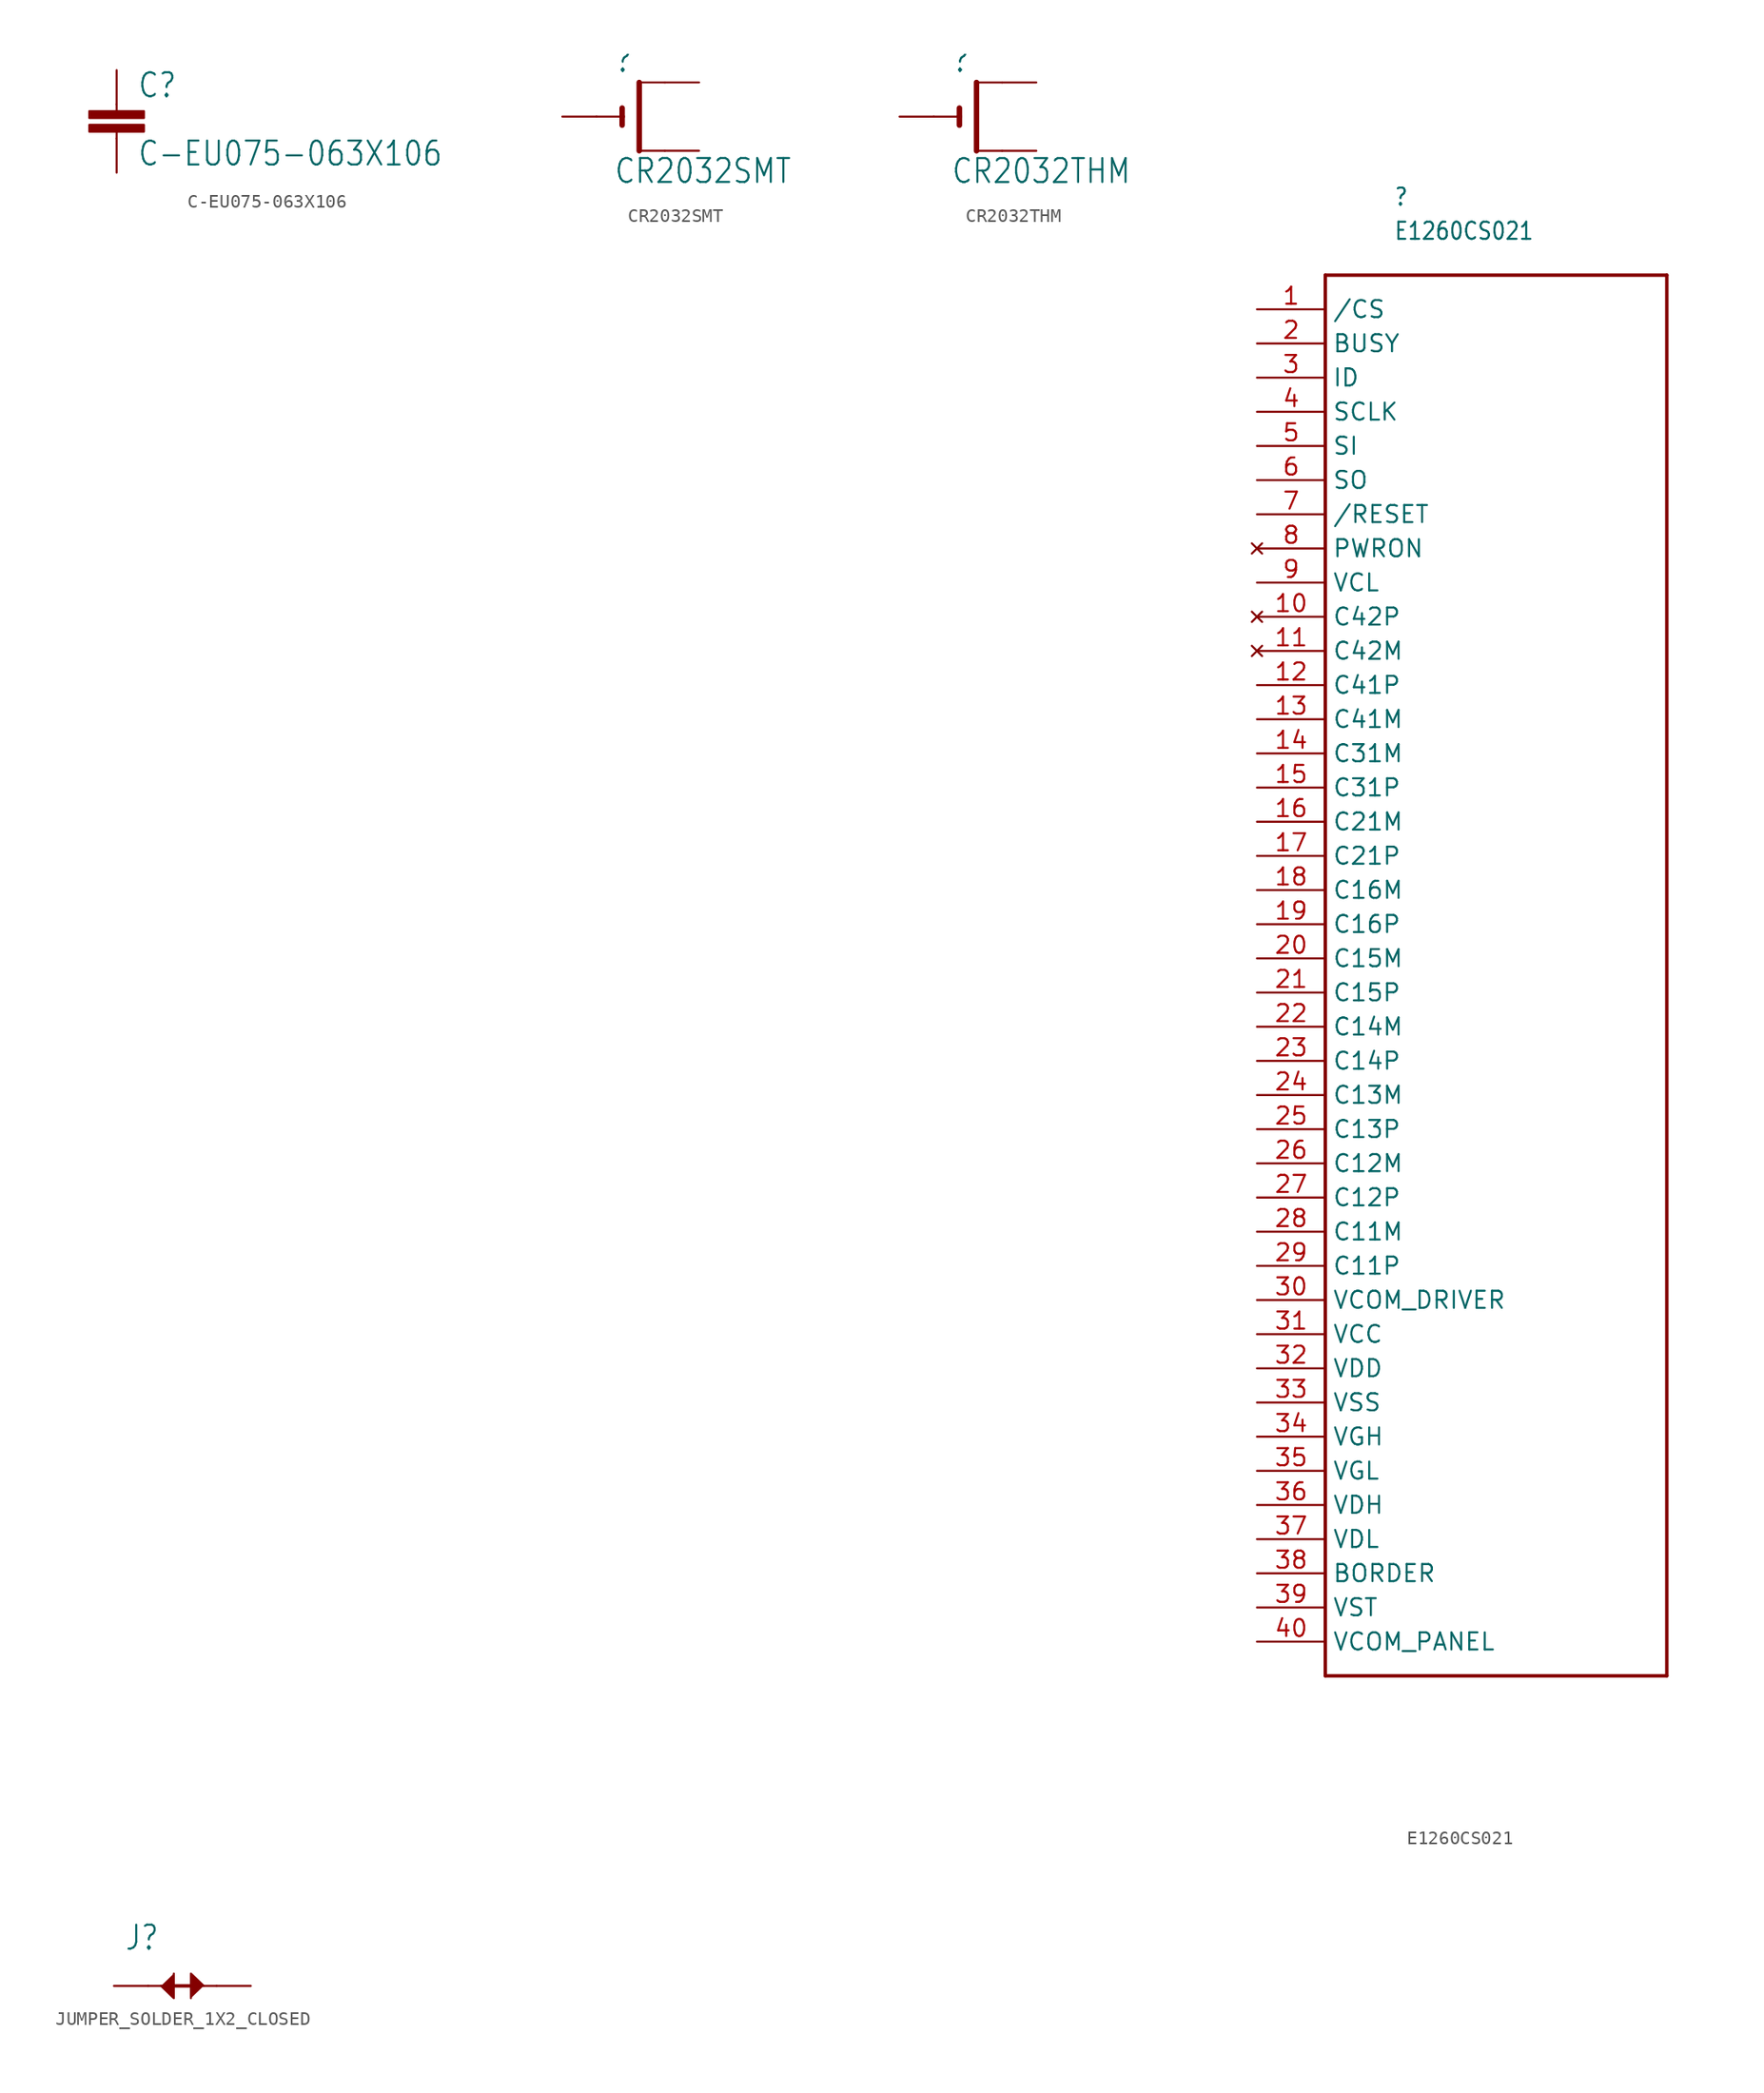
<source format=kicad_sym>
(kicad_symbol_lib
  (version 20211014)
  (generator kicad_symbol_editor)
  (symbol "C-EU075-063X106"
    (property "Reference" "C"
      (at 1.524 0.381 0)
      (effects (font (size 1.778 1.511)) (justify left bottom)))
    (property "Value" "C-EU075-063X106"
      (at 1.524 -4.699 0)
      (effects (font (size 1.778 1.511)) (justify left bottom)))
    (property "ki_locked" ""
      (at 0 0 0)
      (effects (font (size 1.27 1.27))))
    (symbol "C-EU075-063X106_1_0"
      (rectangle (start -2.032 -2.032) (end 2.032 -1.524) (stroke (width 0) (type default) (color 0 0 0 0)) (fill (type outline)))
      (rectangle (start -2.032 -1.016) (end 2.032 -0.508) (stroke (width 0) (type default) (color 0 0 0 0)) (fill (type outline)))
      (polyline (pts (xy 0 -2.54) (xy 0 -2.032)) (stroke (width 0.152) (type default) (color 0 0 0 0)) (fill (type none)))
      (polyline (pts (xy 0 0) (xy 0 -0.508)) (stroke (width 0.152) (type default) (color 0 0 0 0)) (fill (type none)))
      (pin passive line (at 0 2.54 270) (length 2.54) (name "1" (effects (font (size 0 0)))) (number "1" (effects (font (size 0 0)))))
      (pin passive line (at 0 -5.08 90) (length 2.54) (name "2" (effects (font (size 0 0)))) (number "2" (effects (font (size 0 0)))))))
  (symbol "CR2032SMT"
    (property "Reference" ""
      (at -1.27 3.175 0)
      (effects (font (size 1.778 1.511)) (justify left bottom)))
    (property "Value" "CR2032SMT"
      (at -1.27 -5.08 0)
      (effects (font (size 1.778 1.511)) (justify left bottom)))
    (property "ki_locked" ""
      (at 0 0 0)
      (effects (font (size 1.27 1.27))))
    (symbol "CR2032SMT_1_0"
      (polyline (pts (xy -2.54 0) (xy -0.635 0)) (stroke (width 0.152) (type default) (color 0 0 0 0)) (fill (type none)))
      (polyline (pts (xy -0.635 0) (xy -0.635 -0.635)) (stroke (width 0.406) (type default) (color 0 0 0 0)) (fill (type none)))
      (polyline (pts (xy -0.635 0.635) (xy -0.635 0)) (stroke (width 0.406) (type default) (color 0 0 0 0)) (fill (type none)))
      (polyline (pts (xy 0.635 -2.54) (xy 2.54 -2.54)) (stroke (width 0.152) (type default) (color 0 0 0 0)) (fill (type none)))
      (polyline (pts (xy 0.635 2.54) (xy 0.635 -2.54)) (stroke (width 0.406) (type default) (color 0 0 0 0)) (fill (type none)))
      (polyline (pts (xy 0.635 2.54) (xy 2.54 2.54)) (stroke (width 0.152) (type default) (color 0 0 0 0)) (fill (type none)))
      (pin passive line (at 5.08 2.54 180) (length 2.54) (name "+" (effects (font (size 0 0)))) (number "+$1" (effects (font (size 0 0)))))
      (pin passive line (at 5.08 -2.54 180) (length 2.54) (name "+1" (effects (font (size 0 0)))) (number "+$2" (effects (font (size 0 0)))))
      (pin passive line (at -5.08 0 0) (length 2.54) (name "-" (effects (font (size 0 0)))) (number "-" (effects (font (size 0 0)))))))
  (symbol "CR2032THM"
    (property "Reference" ""
      (at -1.27 3.175 0)
      (effects (font (size 1.778 1.511)) (justify left bottom)))
    (property "Value" "CR2032THM"
      (at -1.27 -5.08 0)
      (effects (font (size 1.778 1.511)) (justify left bottom)))
    (property "ki_locked" ""
      (at 0 0 0)
      (effects (font (size 1.27 1.27))))
    (symbol "CR2032THM_1_0"
      (polyline (pts (xy -2.54 0) (xy -0.635 0)) (stroke (width 0.152) (type default) (color 0 0 0 0)) (fill (type none)))
      (polyline (pts (xy -0.635 0) (xy -0.635 -0.635)) (stroke (width 0.406) (type default) (color 0 0 0 0)) (fill (type none)))
      (polyline (pts (xy -0.635 0.635) (xy -0.635 0)) (stroke (width 0.406) (type default) (color 0 0 0 0)) (fill (type none)))
      (polyline (pts (xy 0.635 -2.54) (xy 2.54 -2.54)) (stroke (width 0.152) (type default) (color 0 0 0 0)) (fill (type none)))
      (polyline (pts (xy 0.635 2.54) (xy 0.635 -2.54)) (stroke (width 0.406) (type default) (color 0 0 0 0)) (fill (type none)))
      (polyline (pts (xy 0.635 2.54) (xy 2.54 2.54)) (stroke (width 0.152) (type default) (color 0 0 0 0)) (fill (type none)))
      (pin passive line (at 5.08 2.54 180) (length 2.54) (name "+" (effects (font (size 0 0)))) (number "+1" (effects (font (size 0 0)))))
      (pin passive line (at 5.08 -2.54 180) (length 2.54) (name "+1" (effects (font (size 0 0)))) (number "+2" (effects (font (size 0 0)))))
      (pin passive line (at -5.08 0 0) (length 2.54) (name "-" (effects (font (size 0 0)))) (number "-" (effects (font (size 0 0)))))))
  (symbol "E1260CS021"
    (property "Reference" ""
      (at -7.62 58.42 0)
      (effects (font (size 1.27 1.079)) (justify left bottom)))
    (property "Value" "E1260CS021"
      (at -7.62 55.88 0)
      (effects (font (size 1.27 1.079)) (justify left bottom)))
    (property "ki_locked" ""
      (at 0 0 0)
      (effects (font (size 1.27 1.27))))
    (symbol "E1260CS021_1_0"
      (polyline (pts (xy -12.7 -50.8) (xy 12.7 -50.8)) (stroke (width 0.254) (type default) (color 0 0 0 0)) (fill (type none)))
      (polyline (pts (xy -12.7 53.34) (xy -12.7 -50.8)) (stroke (width 0.254) (type default) (color 0 0 0 0)) (fill (type none)))
      (polyline (pts (xy 12.7 -50.8) (xy 12.7 53.34)) (stroke (width 0.254) (type default) (color 0 0 0 0)) (fill (type none)))
      (polyline (pts (xy 12.7 53.34) (xy -12.7 53.34)) (stroke (width 0.254) (type default) (color 0 0 0 0)) (fill (type none)))
      (pin input line (at -17.78 50.8 0) (length 5.08) (name "/CS" (effects (font (size 1.27 1.27)))) (number "1" (effects (font (size 1.27 1.27)))))
      (pin no_connect line (at -17.78 27.94 0) (length 5.08) (name "C42P" (effects (font (size 1.27 1.27)))) (number "10" (effects (font (size 1.27 1.27)))))
      (pin no_connect line (at -17.78 25.4 0) (length 5.08) (name "C42M" (effects (font (size 1.27 1.27)))) (number "11" (effects (font (size 1.27 1.27)))))
      (pin passive line (at -17.78 22.86 0) (length 5.08) (name "C41P" (effects (font (size 1.27 1.27)))) (number "12" (effects (font (size 1.27 1.27)))))
      (pin passive line (at -17.78 20.32 0) (length 5.08) (name "C41M" (effects (font (size 1.27 1.27)))) (number "13" (effects (font (size 1.27 1.27)))))
      (pin passive line (at -17.78 17.78 0) (length 5.08) (name "C31M" (effects (font (size 1.27 1.27)))) (number "14" (effects (font (size 1.27 1.27)))))
      (pin passive line (at -17.78 15.24 0) (length 5.08) (name "C31P" (effects (font (size 1.27 1.27)))) (number "15" (effects (font (size 1.27 1.27)))))
      (pin passive line (at -17.78 12.7 0) (length 5.08) (name "C21M" (effects (font (size 1.27 1.27)))) (number "16" (effects (font (size 1.27 1.27)))))
      (pin passive line (at -17.78 10.16 0) (length 5.08) (name "C21P" (effects (font (size 1.27 1.27)))) (number "17" (effects (font (size 1.27 1.27)))))
      (pin passive line (at -17.78 7.62 0) (length 5.08) (name "C16M" (effects (font (size 1.27 1.27)))) (number "18" (effects (font (size 1.27 1.27)))))
      (pin passive line (at -17.78 5.08 0) (length 5.08) (name "C16P" (effects (font (size 1.27 1.27)))) (number "19" (effects (font (size 1.27 1.27)))))
      (pin output line (at -17.78 48.26 0) (length 5.08) (name "BUSY" (effects (font (size 1.27 1.27)))) (number "2" (effects (font (size 1.27 1.27)))))
      (pin passive line (at -17.78 2.54 0) (length 5.08) (name "C15M" (effects (font (size 1.27 1.27)))) (number "20" (effects (font (size 1.27 1.27)))))
      (pin passive line (at -17.78 0 0) (length 5.08) (name "C15P" (effects (font (size 1.27 1.27)))) (number "21" (effects (font (size 1.27 1.27)))))
      (pin passive line (at -17.78 -2.54 0) (length 5.08) (name "C14M" (effects (font (size 1.27 1.27)))) (number "22" (effects (font (size 1.27 1.27)))))
      (pin passive line (at -17.78 -5.08 0) (length 5.08) (name "C14P" (effects (font (size 1.27 1.27)))) (number "23" (effects (font (size 1.27 1.27)))))
      (pin passive line (at -17.78 -7.62 0) (length 5.08) (name "C13M" (effects (font (size 1.27 1.27)))) (number "24" (effects (font (size 1.27 1.27)))))
      (pin passive line (at -17.78 -10.16 0) (length 5.08) (name "C13P" (effects (font (size 1.27 1.27)))) (number "25" (effects (font (size 1.27 1.27)))))
      (pin passive line (at -17.78 -12.7 0) (length 5.08) (name "C12M" (effects (font (size 1.27 1.27)))) (number "26" (effects (font (size 1.27 1.27)))))
      (pin passive line (at -17.78 -15.24 0) (length 5.08) (name "C12P" (effects (font (size 1.27 1.27)))) (number "27" (effects (font (size 1.27 1.27)))))
      (pin passive line (at -17.78 -17.78 0) (length 5.08) (name "C11M" (effects (font (size 1.27 1.27)))) (number "28" (effects (font (size 1.27 1.27)))))
      (pin passive line (at -17.78 -20.32 0) (length 5.08) (name "C11P" (effects (font (size 1.27 1.27)))) (number "29" (effects (font (size 1.27 1.27)))))
      (pin input line (at -17.78 45.72 0) (length 5.08) (name "ID" (effects (font (size 1.27 1.27)))) (number "3" (effects (font (size 1.27 1.27)))))
      (pin passive line (at -17.78 -22.86 0) (length 5.08) (name "VCOM_DRIVER" (effects (font (size 1.27 1.27)))) (number "30" (effects (font (size 1.27 1.27)))))
      (pin power_in line (at -17.78 -25.4 0) (length 5.08) (name "VCC" (effects (font (size 1.27 1.27)))) (number "31" (effects (font (size 1.27 1.27)))))
      (pin power_in line (at -17.78 -27.94 0) (length 5.08) (name "VDD" (effects (font (size 1.27 1.27)))) (number "32" (effects (font (size 1.27 1.27)))))
      (pin power_in line (at -17.78 -30.48 0) (length 5.08) (name "VSS" (effects (font (size 1.27 1.27)))) (number "33" (effects (font (size 1.27 1.27)))))
      (pin passive line (at -17.78 -33.02 0) (length 5.08) (name "VGH" (effects (font (size 1.27 1.27)))) (number "34" (effects (font (size 1.27 1.27)))))
      (pin passive line (at -17.78 -35.56 0) (length 5.08) (name "VGL" (effects (font (size 1.27 1.27)))) (number "35" (effects (font (size 1.27 1.27)))))
      (pin passive line (at -17.78 -38.1 0) (length 5.08) (name "VDH" (effects (font (size 1.27 1.27)))) (number "36" (effects (font (size 1.27 1.27)))))
      (pin passive line (at -17.78 -40.64 0) (length 5.08) (name "VDL" (effects (font (size 1.27 1.27)))) (number "37" (effects (font (size 1.27 1.27)))))
      (pin input line (at -17.78 -43.18 0) (length 5.08) (name "BORDER" (effects (font (size 1.27 1.27)))) (number "38" (effects (font (size 1.27 1.27)))))
      (pin power_in line (at -17.78 -45.72 0) (length 5.08) (name "VST" (effects (font (size 1.27 1.27)))) (number "39" (effects (font (size 1.27 1.27)))))
      (pin input line (at -17.78 43.18 0) (length 5.08) (name "SCLK" (effects (font (size 1.27 1.27)))) (number "4" (effects (font (size 1.27 1.27)))))
      (pin passive line (at -17.78 -48.26 0) (length 5.08) (name "VCOM_PANEL" (effects (font (size 1.27 1.27)))) (number "40" (effects (font (size 1.27 1.27)))))
      (pin input line (at -17.78 40.64 0) (length 5.08) (name "SI" (effects (font (size 1.27 1.27)))) (number "5" (effects (font (size 1.27 1.27)))))
      (pin output line (at -17.78 38.1 0) (length 5.08) (name "SO" (effects (font (size 1.27 1.27)))) (number "6" (effects (font (size 1.27 1.27)))))
      (pin input line (at -17.78 35.56 0) (length 5.08) (name "/RESET" (effects (font (size 1.27 1.27)))) (number "7" (effects (font (size 1.27 1.27)))))
      (pin no_connect line (at -17.78 33.02 0) (length 5.08) (name "PWRON" (effects (font (size 1.27 1.27)))) (number "8" (effects (font (size 1.27 1.27)))))
      (pin passive line (at -17.78 30.48 0) (length 5.08) (name "VCL" (effects (font (size 1.27 1.27)))) (number "9" (effects (font (size 1.27 1.27)))))))
  (symbol "JUMPER_SOLDER_1X2_CLOSED"
    (property "Reference" "J"
      (at -4.318 2.54 0)
      (effects (font (size 1.778 1.511)) (justify left bottom)))
    (property "ki_locked" ""
      (at 0 0 0)
      (effects (font (size 1.27 1.27))))
    (symbol "JUMPER_SOLDER_1X2_CLOSED_1_0"
      (polyline (pts (xy -2.54 0) (xy -1.524 0)) (stroke (width 0.152) (type default) (color 0 0 0 0)) (fill (type none)))
      (polyline (pts (xy -0.762 0) (xy 0.762 0)) (stroke (width 0.254) (type default) (color 0 0 0 0)) (fill (type none)))
      (polyline (pts (xy 2.54 0) (xy 1.524 0)) (stroke (width 0.152) (type default) (color 0 0 0 0)) (fill (type none)))
      (polyline (pts (xy -0.635 0.914) (xy -0.635 -0.914) (xy -1.587 0)) (stroke (width 0) (type default) (color 0 0 0 0)) (fill (type outline)))
      (polyline (pts (xy 0.635 -0.914) (xy 0.635 0.914) (xy 1.587 0)) (stroke (width 0) (type default) (color 0 0 0 0)) (fill (type outline)))
      (pin passive line (at -5.08 0 0) (length 2.54) (name "1" (effects (font (size 0 0)))) (number "1" (effects (font (size 0 0)))))
      (pin passive line (at 5.08 0 180) (length 2.54) (name "2" (effects (font (size 0 0)))) (number "2" (effects (font (size 0 0))))))))
</source>
